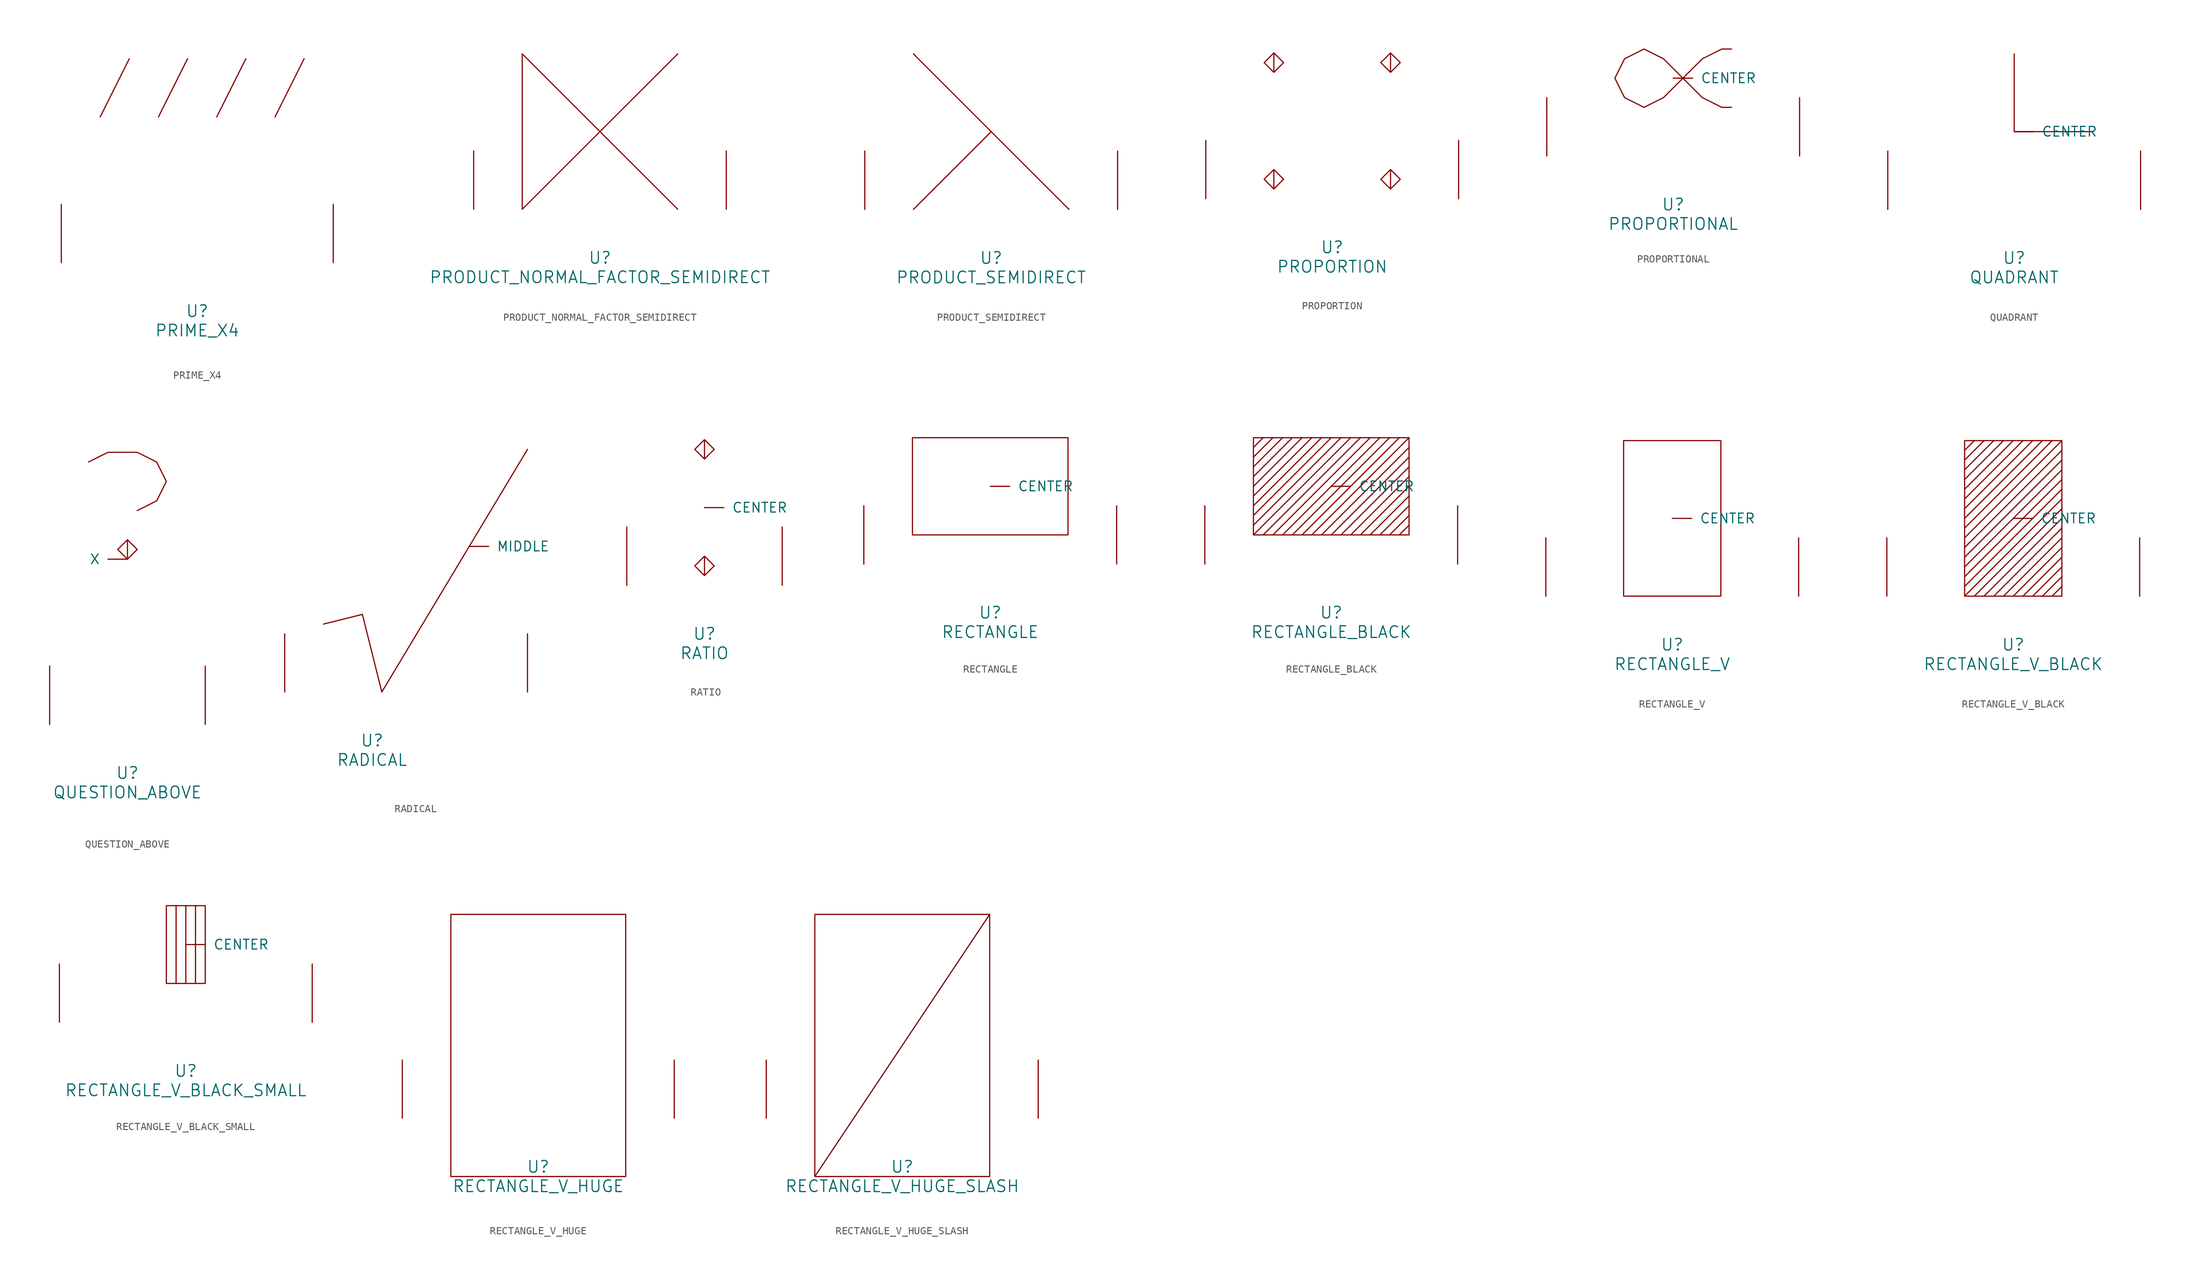
<source format=kicad_sym>
(kicad_symbol_lib
  (version 20220914)
  (generator font_lib2sym)
  (symbol "PRIME_X4"
    (pin_names
      (offset 1.016))
    (property "Reference" "U"
      (at 0 -6.35 0)
      (effects (font (size 1.524 1.524))))
    (property "Value" "PRIME_X4"
      (at 0 -8.89 0)
      (effects (font (size 1.524 1.524))))
    (symbol "PRIME_X4_0_1"
      (polyline (pts (xy -8.89 26.67) (xy -12.7 19.05)) (stroke (width 0) (type solid)) (fill (type none)))
      (polyline (pts (xy -1.27 26.67) (xy -5.08 19.05)) (stroke (width 0) (type solid)) (fill (type none)))
      (polyline (pts (xy 6.35 26.67) (xy 2.54 19.05)) (stroke (width 0) (type solid)) (fill (type none)))
      (polyline (pts (xy 13.97 26.67) (xy 10.16 19.05)) (stroke (width 0) (type solid)) (fill (type none)))
      (pin input line (at -17.78 0 90) (length 7.62) (name "~" (effects (font (size 1.27 1.27)))) (number "~" (effects (font (size 1.27 1.27)))))
      (pin input line (at 17.78 0 90) (length 7.62) (name "~" (effects (font (size 1.27 1.27)))) (number "~" (effects (font (size 1.27 1.27)))))))
  (symbol "PRODUCT_NORMAL_FACTOR_SEMIDIRECT"
    (pin_names
      (offset 1.016))
    (property "Reference" "U"
      (at 0 -6.35 0)
      (effects (font (size 1.524 1.524))))
    (property "Value" "PRODUCT_NORMAL_FACTOR_SEMIDIRECT"
      (at 0 -8.89 0)
      (effects (font (size 1.524 1.524))))
    (symbol "PRODUCT_NORMAL_FACTOR_SEMIDIRECT_0_1"
      (polyline (pts (xy 10.16 20.32) (xy -10.16 0) (xy -10.16 20.32) (xy 10.16 0)) (stroke (width 0) (type solid)) (fill (type none)))
      (pin input line (at -16.51 0 90) (length 7.62) (name "~" (effects (font (size 1.27 1.27)))) (number "~" (effects (font (size 1.27 1.27)))))
      (pin input line (at 16.51 0 90) (length 7.62) (name "~" (effects (font (size 1.27 1.27)))) (number "~" (effects (font (size 1.27 1.27)))))))
  (symbol "PRODUCT_SEMIDIRECT"
    (pin_names
      (offset 1.016))
    (property "Reference" "U"
      (at 0 -6.35 0)
      (effects (font (size 1.524 1.524))))
    (property "Value" "PRODUCT_SEMIDIRECT"
      (at 0 -8.89 0)
      (effects (font (size 1.524 1.524))))
    (symbol "PRODUCT_SEMIDIRECT_0_1"
      (polyline (pts (xy -10.16 20.32) (xy 10.16 0)) (stroke (width 0) (type solid)) (fill (type none)))
      (polyline (pts (xy 0 10.16) (xy -10.16 0)) (stroke (width 0) (type solid)) (fill (type none)))
      (pin input line (at -16.51 0 90) (length 7.62) (name "~" (effects (font (size 1.27 1.27)))) (number "~" (effects (font (size 1.27 1.27)))))
      (pin input line (at 16.51 0 90) (length 7.62) (name "~" (effects (font (size 1.27 1.27)))) (number "~" (effects (font (size 1.27 1.27)))))))
  (symbol "PROPORTION"
    (pin_names
      (offset 1.016))
    (property "Reference" "U"
      (at 0 -6.35 0)
      (effects (font (size 1.524 1.524))))
    (property "Value" "PROPORTION"
      (at 0 -8.89 0)
      (effects (font (size 1.524 1.524))))
    (symbol "PROPORTION_0_1"
      (polyline (pts (xy -7.62 3.81) (xy -6.35 2.54) (xy -7.62 1.27) (xy -8.89 2.54) (xy -7.62 3.81) (xy -7.62 1.27)) (stroke (width 0) (type solid)) (fill (type none)))
      (polyline (pts (xy -7.62 19.05) (xy -6.35 17.78) (xy -7.62 16.51) (xy -8.89 17.78) (xy -7.62 19.05) (xy -7.62 16.51)) (stroke (width 0) (type solid)) (fill (type none)))
      (polyline (pts (xy 7.62 3.81) (xy 8.89 2.54) (xy 7.62 1.27) (xy 6.35 2.54) (xy 7.62 3.81) (xy 7.62 1.27)) (stroke (width 0) (type solid)) (fill (type none)))
      (polyline (pts (xy 7.62 19.05) (xy 8.89 17.78) (xy 7.62 16.51) (xy 6.35 17.78) (xy 7.62 19.05) (xy 7.62 16.51)) (stroke (width 0) (type solid)) (fill (type none)))
      (pin input line (at -16.51 0 90) (length 7.62) (name "~" (effects (font (size 1.27 1.27)))) (number "~" (effects (font (size 1.27 1.27)))))
      (pin input line (at 16.51 0 90) (length 7.62) (name "~" (effects (font (size 1.27 1.27)))) (number "~" (effects (font (size 1.27 1.27)))))))
  (symbol "PROPORTIONAL"
    (pin_names
      (offset 1.016))
    (property "Reference" "U"
      (at 0 -6.35 0)
      (effects (font (size 1.524 1.524))))
    (property "Value" "PROPORTIONAL"
      (at 0 -8.89 0)
      (effects (font (size 1.524 1.524))))
    (symbol "PROPORTIONAL_0_1"
      (polyline (pts (xy 7.62 13.97) (xy 6.35 13.97) (xy 3.81 12.7) (xy -1.27 7.62) (xy -3.81 6.35) (xy -6.35 7.62) (xy -7.62 10.16) (xy -6.35 12.7) (xy -3.81 13.97) (xy -1.27 12.7) (xy 3.81 7.62) (xy 6.35 6.35) (xy 7.62 6.35)) (stroke (width 0) (type solid)) (fill (type none)))
      (pin input line (at 0 10.16 0) (length 2.54) (name "CENTER" (effects (font (size 1.27 1.27)))) (number "~" (effects (font (size 1.27 1.27)))))
      (pin input line (at -16.51 0 90) (length 7.62) (name "~" (effects (font (size 1.27 1.27)))) (number "~" (effects (font (size 1.27 1.27)))))
      (pin input line (at 16.51 0 90) (length 7.62) (name "~" (effects (font (size 1.27 1.27)))) (number "~" (effects (font (size 1.27 1.27)))))))
  (symbol "QUADRANT"
    (pin_names
      (offset 1.016))
    (property "Reference" "U"
      (at 0 -6.35 0)
      (effects (font (size 1.524 1.524))))
    (property "Value" "QUADRANT"
      (at 0 -8.89 0)
      (effects (font (size 1.524 1.524))))
    (symbol "QUADRANT_0_1"
      (polyline (pts (xy 0 20.32) (xy 0 10.16) (xy 10.16 10.16)) (stroke (width 0) (type solid)) (fill (type none)))
      (pin input line (at 0 10.16 0) (length 2.54) (name "CENTER" (effects (font (size 1.27 1.27)))) (number "~" (effects (font (size 1.27 1.27)))))
      (pin input line (at -16.51 0 90) (length 7.62) (name "~" (effects (font (size 1.27 1.27)))) (number "~" (effects (font (size 1.27 1.27)))))
      (pin input line (at 16.51 0 90) (length 7.62) (name "~" (effects (font (size 1.27 1.27)))) (number "~" (effects (font (size 1.27 1.27)))))))
  (symbol "QUESTION_ABOVE"
    (pin_names
      (offset 1.016))
    (property "Reference" "U"
      (at 0 -6.35 0)
      (effects (font (size 1.524 1.524))))
    (property "Value" "QUESTION_ABOVE"
      (at 0 -8.89 0)
      (effects (font (size 1.524 1.524))))
    (symbol "QUESTION_ABOVE_0_1"
      (polyline (pts (xy 0 24.13) (xy 1.27 22.86) (xy 0 21.59) (xy -1.27 22.86) (xy 0 24.13) (xy 0 21.59)) (stroke (width 0) (type solid)) (fill (type none)))
      (polyline (pts (xy -5.08 34.29) (xy -2.54 35.56) (xy 1.27 35.56) (xy 3.81 34.29) (xy 5.08 31.75) (xy 3.81 29.21) (xy 1.27 27.94)) (stroke (width 0) (type solid)) (fill (type none)))
      (pin input line (at 0 21.59 180) (length 2.54) (name "X" (effects (font (size 1.27 1.27)))) (number "~" (effects (font (size 1.27 1.27)))))
      (pin input line (at -10.16 0 90) (length 7.62) (name "~" (effects (font (size 1.27 1.27)))) (number "~" (effects (font (size 1.27 1.27)))))
      (pin input line (at 10.16 0 90) (length 7.62) (name "~" (effects (font (size 1.27 1.27)))) (number "~" (effects (font (size 1.27 1.27)))))))
  (symbol "RADICAL"
    (pin_names
      (offset 1.016))
    (property "Reference" "U"
      (at 0 -6.35 0)
      (effects (font (size 1.524 1.524))))
    (property "Value" "RADICAL"
      (at 0 -8.89 0)
      (effects (font (size 1.524 1.524))))
    (symbol "RADICAL_0_1"
      (polyline (pts (xy -6.35 8.89) (xy -1.27 10.16) (xy 1.27 0) (xy 20.32 31.75)) (stroke (width 0) (type solid)) (fill (type none)))
      (pin input line (at 12.7 19.05 0) (length 2.54) (name "MIDDLE" (effects (font (size 1.27 1.27)))) (number "~" (effects (font (size 1.27 1.27)))))
      (pin input line (at -11.43 0 90) (length 7.62) (name "~" (effects (font (size 1.27 1.27)))) (number "~" (effects (font (size 1.27 1.27)))))
      (pin input line (at 20.32 0 90) (length 7.62) (name "~" (effects (font (size 1.27 1.27)))) (number "~" (effects (font (size 1.27 1.27)))))))
  (symbol "RATIO"
    (pin_names
      (offset 1.016))
    (property "Reference" "U"
      (at 0 -6.35 0)
      (effects (font (size 1.524 1.524))))
    (property "Value" "RATIO"
      (at 0 -8.89 0)
      (effects (font (size 1.524 1.524))))
    (symbol "RATIO_0_1"
      (polyline (pts (xy 0 3.81) (xy 1.27 2.54) (xy 0 1.27) (xy -1.27 2.54) (xy 0 3.81) (xy 0 1.27)) (stroke (width 0) (type solid)) (fill (type none)))
      (polyline (pts (xy 0 19.05) (xy 1.27 17.78) (xy 0 16.51) (xy -1.27 17.78) (xy 0 19.05) (xy 0 16.51)) (stroke (width 0) (type solid)) (fill (type none)))
      (pin input line (at 0 10.16 0) (length 2.54) (name "CENTER" (effects (font (size 1.27 1.27)))) (number "~" (effects (font (size 1.27 1.27)))))
      (pin input line (at -10.16 0 90) (length 7.62) (name "~" (effects (font (size 1.27 1.27)))) (number "~" (effects (font (size 1.27 1.27)))))
      (pin input line (at 10.16 0 90) (length 7.62) (name "~" (effects (font (size 1.27 1.27)))) (number "~" (effects (font (size 1.27 1.27)))))))
  (symbol "RECTANGLE"
    (pin_names
      (offset 1.016))
    (property "Reference" "U"
      (at 0 -6.35 0)
      (effects (font (size 1.524 1.524))))
    (property "Value" "RECTANGLE"
      (at 0 -8.89 0)
      (effects (font (size 1.524 1.524))))
    (symbol "RECTANGLE_0_1"
      (polyline (pts (xy -10.16 16.51) (xy 10.16 16.51) (xy 10.16 3.81) (xy -10.16 3.81) (xy -10.16 16.51)) (stroke (width 0) (type solid)) (fill (type none)))
      (pin input line (at 0 10.16 0) (length 2.54) (name "CENTER" (effects (font (size 1.27 1.27)))) (number "~" (effects (font (size 1.27 1.27)))))
      (pin input line (at -16.51 0 90) (length 7.62) (name "~" (effects (font (size 1.27 1.27)))) (number "~" (effects (font (size 1.27 1.27)))))
      (pin input line (at 16.51 0 90) (length 7.62) (name "~" (effects (font (size 1.27 1.27)))) (number "~" (effects (font (size 1.27 1.27)))))))
  (symbol "RECTANGLE_BLACK"
    (pin_names
      (offset 1.016))
    (property "Reference" "U"
      (at 0 -6.35 0)
      (effects (font (size 1.524 1.524))))
    (property "Value" "RECTANGLE_BLACK"
      (at 0 -8.89 0)
      (effects (font (size 1.524 1.524))))
    (symbol "RECTANGLE_BLACK_0_1"
      (polyline (pts (xy -10.16 3.81) (xy 2.54 16.51)) (stroke (width 0) (type solid)) (fill (type none)))
      (polyline (pts (xy -10.16 5.08) (xy 1.27 16.51)) (stroke (width 0) (type solid)) (fill (type none)))
      (polyline (pts (xy -10.16 6.35) (xy 0 16.51)) (stroke (width 0) (type solid)) (fill (type none)))
      (polyline (pts (xy -10.16 7.62) (xy -1.27 16.51)) (stroke (width 0) (type solid)) (fill (type none)))
      (polyline (pts (xy -10.16 8.89) (xy -2.54 16.51)) (stroke (width 0) (type solid)) (fill (type none)))
      (polyline (pts (xy -10.16 10.16) (xy -3.81 16.51)) (stroke (width 0) (type solid)) (fill (type none)))
      (polyline (pts (xy -10.16 11.43) (xy -5.08 16.51)) (stroke (width 0) (type solid)) (fill (type none)))
      (polyline (pts (xy -10.16 12.7) (xy -6.35 16.51)) (stroke (width 0) (type solid)) (fill (type none)))
      (polyline (pts (xy -10.16 13.97) (xy -7.62 16.51)) (stroke (width 0) (type solid)) (fill (type none)))
      (polyline (pts (xy -10.16 15.24) (xy -8.89 16.51)) (stroke (width 0) (type solid)) (fill (type none)))
      (polyline (pts (xy -8.89 3.81) (xy 3.81 16.51)) (stroke (width 0) (type solid)) (fill (type none)))
      (polyline (pts (xy -7.62 3.81) (xy 5.08 16.51)) (stroke (width 0) (type solid)) (fill (type none)))
      (polyline (pts (xy -6.35 3.81) (xy 6.35 16.51)) (stroke (width 0) (type solid)) (fill (type none)))
      (polyline (pts (xy -5.08 3.81) (xy 7.62 16.51)) (stroke (width 0) (type solid)) (fill (type none)))
      (polyline (pts (xy -3.81 3.81) (xy 8.89 16.51)) (stroke (width 0) (type solid)) (fill (type none)))
      (polyline (pts (xy -2.54 3.81) (xy 10.16 16.51)) (stroke (width 0) (type solid)) (fill (type none)))
      (polyline (pts (xy -1.27 3.81) (xy 10.16 15.24)) (stroke (width 0) (type solid)) (fill (type none)))
      (polyline (pts (xy 0 3.81) (xy 10.16 13.97)) (stroke (width 0) (type solid)) (fill (type none)))
      (polyline (pts (xy 1.27 3.81) (xy 10.16 12.7)) (stroke (width 0) (type solid)) (fill (type none)))
      (polyline (pts (xy 2.54 3.81) (xy 10.16 11.43)) (stroke (width 0) (type solid)) (fill (type none)))
      (polyline (pts (xy 3.81 3.81) (xy 10.16 10.16)) (stroke (width 0) (type solid)) (fill (type none)))
      (polyline (pts (xy 5.08 3.81) (xy 10.16 8.89)) (stroke (width 0) (type solid)) (fill (type none)))
      (polyline (pts (xy 6.35 3.81) (xy 10.16 7.62)) (stroke (width 0) (type solid)) (fill (type none)))
      (polyline (pts (xy 7.62 3.81) (xy 10.16 6.35)) (stroke (width 0) (type solid)) (fill (type none)))
      (polyline (pts (xy 8.89 3.81) (xy 10.16 5.08)) (stroke (width 0) (type solid)) (fill (type none)))
      (polyline (pts (xy -10.16 16.51) (xy 10.16 16.51) (xy 10.16 3.81) (xy -10.16 3.81) (xy -10.16 16.51)) (stroke (width 0) (type solid)) (fill (type none)))
      (pin input line (at 0 10.16 0) (length 2.54) (name "CENTER" (effects (font (size 1.27 1.27)))) (number "~" (effects (font (size 1.27 1.27)))))
      (pin input line (at -16.51 0 90) (length 7.62) (name "~" (effects (font (size 1.27 1.27)))) (number "~" (effects (font (size 1.27 1.27)))))
      (pin input line (at 16.51 0 90) (length 7.62) (name "~" (effects (font (size 1.27 1.27)))) (number "~" (effects (font (size 1.27 1.27)))))))
  (symbol "RECTANGLE_V"
    (pin_names
      (offset 1.016))
    (property "Reference" "U"
      (at 0 -6.35 0)
      (effects (font (size 1.524 1.524))))
    (property "Value" "RECTANGLE_V"
      (at 0 -8.89 0)
      (effects (font (size 1.524 1.524))))
    (symbol "RECTANGLE_V_0_1"
      (polyline (pts (xy -6.35 0) (xy -6.35 20.32) (xy 6.35 20.32) (xy 6.35 0) (xy -6.35 0)) (stroke (width 0) (type solid)) (fill (type none)))
      (pin input line (at 0 10.16 0) (length 2.54) (name "CENTER" (effects (font (size 1.27 1.27)))) (number "~" (effects (font (size 1.27 1.27)))))
      (pin input line (at -16.51 0 90) (length 7.62) (name "~" (effects (font (size 1.27 1.27)))) (number "~" (effects (font (size 1.27 1.27)))))
      (pin input line (at 16.51 0 90) (length 7.62) (name "~" (effects (font (size 1.27 1.27)))) (number "~" (effects (font (size 1.27 1.27)))))))
  (symbol "RECTANGLE_V_BLACK"
    (pin_names
      (offset 1.016))
    (property "Reference" "U"
      (at 0 -6.35 0)
      (effects (font (size 1.524 1.524))))
    (property "Value" "RECTANGLE_V_BLACK"
      (at 0 -8.89 0)
      (effects (font (size 1.524 1.524))))
    (symbol "RECTANGLE_V_BLACK_0_1"
      (polyline (pts (xy -6.35 0) (xy 6.35 12.7)) (stroke (width 0) (type solid)) (fill (type none)))
      (polyline (pts (xy -6.35 1.27) (xy 6.35 13.97)) (stroke (width 0) (type solid)) (fill (type none)))
      (polyline (pts (xy -6.35 2.54) (xy 6.35 15.24)) (stroke (width 0) (type solid)) (fill (type none)))
      (polyline (pts (xy -6.35 3.81) (xy 6.35 16.51)) (stroke (width 0) (type solid)) (fill (type none)))
      (polyline (pts (xy -6.35 5.08) (xy 6.35 17.78)) (stroke (width 0) (type solid)) (fill (type none)))
      (polyline (pts (xy -6.35 6.35) (xy 6.35 19.05)) (stroke (width 0) (type solid)) (fill (type none)))
      (polyline (pts (xy -6.35 7.62) (xy 6.35 20.32)) (stroke (width 0) (type solid)) (fill (type none)))
      (polyline (pts (xy -6.35 8.89) (xy 5.08 20.32)) (stroke (width 0) (type solid)) (fill (type none)))
      (polyline (pts (xy -6.35 10.16) (xy 3.81 20.32)) (stroke (width 0) (type solid)) (fill (type none)))
      (polyline (pts (xy -6.35 11.43) (xy 2.54 20.32)) (stroke (width 0) (type solid)) (fill (type none)))
      (polyline (pts (xy -6.35 12.7) (xy 1.27 20.32)) (stroke (width 0) (type solid)) (fill (type none)))
      (polyline (pts (xy -6.35 13.97) (xy 0 20.32)) (stroke (width 0) (type solid)) (fill (type none)))
      (polyline (pts (xy -6.35 15.24) (xy -1.27 20.32)) (stroke (width 0) (type solid)) (fill (type none)))
      (polyline (pts (xy -6.35 16.51) (xy -2.54 20.32)) (stroke (width 0) (type solid)) (fill (type none)))
      (polyline (pts (xy -6.35 17.78) (xy -3.81 20.32)) (stroke (width 0) (type solid)) (fill (type none)))
      (polyline (pts (xy -6.35 19.05) (xy -5.08 20.32)) (stroke (width 0) (type solid)) (fill (type none)))
      (polyline (pts (xy -5.08 0) (xy 6.35 11.43)) (stroke (width 0) (type solid)) (fill (type none)))
      (polyline (pts (xy -3.81 0) (xy 6.35 10.16)) (stroke (width 0) (type solid)) (fill (type none)))
      (polyline (pts (xy -2.54 0) (xy 6.35 8.89)) (stroke (width 0) (type solid)) (fill (type none)))
      (polyline (pts (xy -1.27 0) (xy 6.35 7.62)) (stroke (width 0) (type solid)) (fill (type none)))
      (polyline (pts (xy 0 0) (xy 6.35 6.35)) (stroke (width 0) (type solid)) (fill (type none)))
      (polyline (pts (xy 1.27 0) (xy 6.35 5.08)) (stroke (width 0) (type solid)) (fill (type none)))
      (polyline (pts (xy 2.54 0) (xy 6.35 3.81)) (stroke (width 0) (type solid)) (fill (type none)))
      (polyline (pts (xy 3.81 0) (xy 6.35 2.54)) (stroke (width 0) (type solid)) (fill (type none)))
      (polyline (pts (xy 5.08 0) (xy 6.35 1.27)) (stroke (width 0) (type solid)) (fill (type none)))
      (polyline (pts (xy -6.35 0) (xy -6.35 20.32) (xy 6.35 20.32) (xy 6.35 0) (xy -6.35 0)) (stroke (width 0) (type solid)) (fill (type none)))
      (pin input line (at 0 10.16 0) (length 2.54) (name "CENTER" (effects (font (size 1.27 1.27)))) (number "~" (effects (font (size 1.27 1.27)))))
      (pin input line (at -16.51 0 90) (length 7.62) (name "~" (effects (font (size 1.27 1.27)))) (number "~" (effects (font (size 1.27 1.27)))))
      (pin input line (at 16.51 0 90) (length 7.62) (name "~" (effects (font (size 1.27 1.27)))) (number "~" (effects (font (size 1.27 1.27)))))))
  (symbol "RECTANGLE_V_BLACK_SMALL"
    (pin_names
      (offset 1.016))
    (property "Reference" "U"
      (at 0 -6.35 0)
      (effects (font (size 1.524 1.524))))
    (property "Value" "RECTANGLE_V_BLACK_SMALL"
      (at 0 -8.89 0)
      (effects (font (size 1.524 1.524))))
    (symbol "RECTANGLE_V_BLACK_SMALL_0_1"
      (polyline (pts (xy -1.27 15.24) (xy -1.27 5.08)) (stroke (width 0) (type solid)) (fill (type none)))
      (polyline (pts (xy 0 15.24) (xy 0 5.08)) (stroke (width 0) (type solid)) (fill (type none)))
      (polyline (pts (xy 1.27 15.24) (xy 1.27 5.08)) (stroke (width 0) (type solid)) (fill (type none)))
      (polyline (pts (xy -2.54 15.24) (xy 2.54 15.24) (xy 2.54 5.08) (xy -2.54 5.08) (xy -2.54 15.24)) (stroke (width 0) (type solid)) (fill (type none)))
      (pin input line (at 0 10.16 0) (length 2.54) (name "CENTER" (effects (font (size 1.27 1.27)))) (number "~" (effects (font (size 1.27 1.27)))))
      (pin input line (at -16.51 0 90) (length 7.62) (name "~" (effects (font (size 1.27 1.27)))) (number "~" (effects (font (size 1.27 1.27)))))
      (pin input line (at 16.51 0 90) (length 7.62) (name "~" (effects (font (size 1.27 1.27)))) (number "~" (effects (font (size 1.27 1.27)))))))
  (symbol "RECTANGLE_V_HUGE"
    (pin_names
      (offset 1.016))
    (property "Reference" "U"
      (at 0 -6.35 0)
      (effects (font (size 1.524 1.524))))
    (property "Value" "RECTANGLE_V_HUGE"
      (at 0 -8.89 0)
      (effects (font (size 1.524 1.524))))
    (symbol "RECTANGLE_V_HUGE_0_1"
      (polyline (pts (xy -11.43 26.67) (xy 11.43 26.67) (xy 11.43 -7.62) (xy -11.43 -7.62) (xy -11.43 26.67)) (stroke (width 0) (type solid)) (fill (type none)))
      (pin input line (at -17.78 0 90) (length 7.62) (name "~" (effects (font (size 1.27 1.27)))) (number "~" (effects (font (size 1.27 1.27)))))
      (pin input line (at 17.78 0 90) (length 7.62) (name "~" (effects (font (size 1.27 1.27)))) (number "~" (effects (font (size 1.27 1.27)))))))
  (symbol "RECTANGLE_V_HUGE_SLASH"
    (pin_names
      (offset 1.016))
    (property "Reference" "U"
      (at 0 -6.35 0)
      (effects (font (size 1.524 1.524))))
    (property "Value" "RECTANGLE_V_HUGE_SLASH"
      (at 0 -8.89 0)
      (effects (font (size 1.524 1.524))))
    (symbol "RECTANGLE_V_HUGE_SLASH_0_1"
      (polyline (pts (xy -11.43 -7.62) (xy -11.43 26.67) (xy 11.43 26.67) (xy 11.43 -7.62) (xy -11.43 -7.62) (xy 11.43 26.67)) (stroke (width 0) (type solid)) (fill (type none)))
      (pin input line (at -17.78 0 90) (length 7.62) (name "~" (effects (font (size 1.27 1.27)))) (number "~" (effects (font (size 1.27 1.27)))))
      (pin input line (at 17.78 0 90) (length 7.62) (name "~" (effects (font (size 1.27 1.27)))) (number "~" (effects (font (size 1.27 1.27))))))))
</source>
